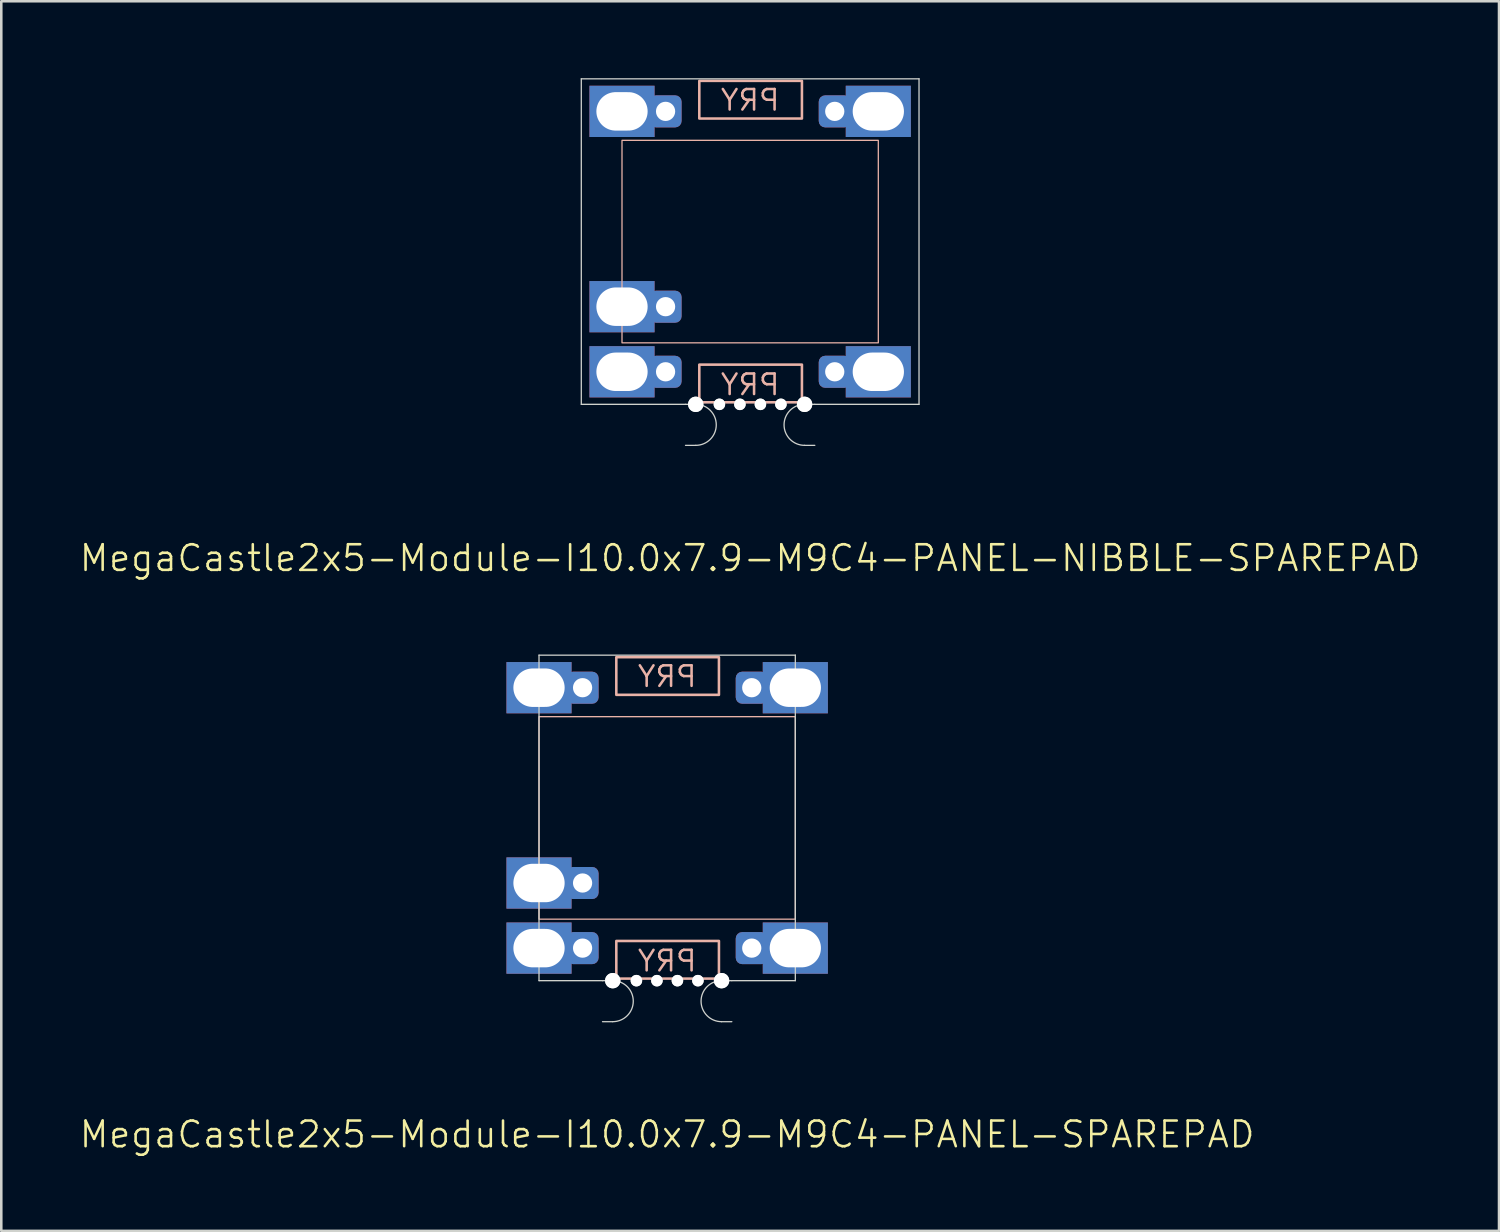
<source format=kicad_pcb>
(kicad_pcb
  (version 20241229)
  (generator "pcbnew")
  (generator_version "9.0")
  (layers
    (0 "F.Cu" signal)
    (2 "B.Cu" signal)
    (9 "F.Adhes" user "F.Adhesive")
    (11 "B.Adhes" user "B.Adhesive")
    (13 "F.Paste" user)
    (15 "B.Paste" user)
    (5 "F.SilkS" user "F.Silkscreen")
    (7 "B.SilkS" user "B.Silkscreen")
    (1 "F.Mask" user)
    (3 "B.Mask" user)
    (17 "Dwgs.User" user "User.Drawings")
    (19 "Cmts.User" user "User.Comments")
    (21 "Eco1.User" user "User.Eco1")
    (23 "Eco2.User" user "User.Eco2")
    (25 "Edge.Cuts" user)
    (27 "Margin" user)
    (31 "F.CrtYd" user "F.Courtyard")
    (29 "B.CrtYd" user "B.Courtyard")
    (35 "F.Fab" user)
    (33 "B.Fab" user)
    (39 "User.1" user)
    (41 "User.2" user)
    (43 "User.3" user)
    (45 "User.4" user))
  (footprint "MegaCastle2x5-Module-I10.0x7.9-M9C4-PANEL-NIBBLE-SPAREPAD"
    (layer "F.Cu")
    (at 26.217 6.375)
    (property "Reference" "MegaCastle2x5-Module-I10.0x7.9-M9C4-PANEL-NIBBLE-SPAREPAD" (at 0 12.35 0) (unlocked yes) (layer "F.SilkS") (effects (font (size 1 1) (thickness 0.1))))
    (attr smd)
    (fp_rect (start -5 3.95) (end 5 -3.95) (stroke (width 0.05) (type default)) (fill no) (layer "B.SilkS"))
    (fp_rect (start -1.984 -4.801) (end 2.02 -6.27) (stroke (width 0.1) (type default)) (fill no) (layer "B.SilkS"))
    (fp_rect (start -1.984 4.801) (end 2.02 6.27) (stroke (width 0.1) (type default)) (fill no) (layer "B.SilkS"))
    (fp_line (start -6.588 -6.35) (end -6.588 6.35) (stroke (width 0.05) (type default)) (layer "Edge.Cuts"))
    (fp_line (start -6.588 -6.35) (end 6.588 -6.35) (stroke (width 0.05) (type default)) (layer "Edge.Cuts"))
    (fp_line (start -6.588 6.35) (end -2.522 6.35) (stroke (width 0.05) (type default)) (layer "Edge.Cuts"))
    (fp_line (start -2.522 6.35) (end -2.123 6.35) (stroke (width 0.05) (type default)) (layer "Edge.Cuts"))
    (fp_line (start -2.522 7.95) (end -2.123 7.95) (stroke (width 0.05) (type default)) (layer "Edge.Cuts"))
    (fp_line (start 2.522 6.35) (end 2.123 6.35) (stroke (width 0.05) (type default)) (layer "Edge.Cuts"))
    (fp_line (start 2.522 6.35) (end 6.588 6.35) (stroke (width 0.05) (type default)) (layer "Edge.Cuts"))
    (fp_line (start 2.522 7.95) (end 2.123 7.95) (stroke (width 0.05) (type default)) (layer "Edge.Cuts"))
    (fp_line (start 6.588 -6.35) (end 6.588 6.35) (stroke (width 0.05) (type default)) (layer "Edge.Cuts"))
    (fp_arc (start -2.1225 6.35) (mid -1.3225 7.15) (end -2.1225 7.95) (stroke (width 0.05) (type default)) (layer "Edge.Cuts"))
    (fp_arc (start 2.1225 7.95) (mid 1.3225 7.15) (end 2.1225 6.35) (stroke (width 0.05) (type default)) (layer "Edge.Cuts"))
    (fp_text user "PRY" (at 0 -5.05 0) (unlocked yes) (layer "B.SilkS") (effects (font (size 0.8 0.8) (thickness 0.1)) (justify bottom mirror)))
    (fp_text user "PRY" (at 0 6.05 0) (unlocked yes) (layer "B.SilkS") (effects (font (size 0.8 0.8) (thickness 0.1)) (justify bottom mirror)))
    (pad "" np_thru_hole circle (at -2.123 6.35) (size 0.6 0.6) (drill 0.6) (layers "*.Cu" "Edge.Cuts"))
    (pad "" np_thru_hole circle (at -1.2 6.35) (size 0.45 0.45) (drill 0.45) (layers "*.Cu" "Edge.Cuts"))
    (pad "" np_thru_hole circle (at -0.4 6.35) (size 0.45 0.45) (drill 0.45) (layers "*.Cu" "Edge.Cuts"))
    (pad "" np_thru_hole circle (at 0.4 6.35) (size 0.45 0.45) (drill 0.45) (layers "*.Cu" "Edge.Cuts"))
    (pad "" np_thru_hole circle (at 1.2 6.35) (size 0.45 0.45) (drill 0.45) (layers "*.Cu" "Edge.Cuts"))
    (pad "" np_thru_hole circle (at 2.123 6.35) (size 0.6 0.6) (drill 0.6) (layers "*.Cu" "Edge.Cuts"))
    (pad "1" thru_hole rect (at -5 -5.08) (size 2.54 2) (drill oval 2 1.5) (property pad_prop_castellated) (layers "*.Cu" "*.Mask"))
    (pad "1" thru_hole roundrect (at -3.3 -5.08 180) (size 1.25 1.25) (drill 0.75) (layers "*.Cu" "*.Mask") (roundrect_rratio 0.2))
    (pad "4" thru_hole rect (at -5 2.54) (size 2.54 2) (drill oval 2 1.5) (property pad_prop_castellated) (layers "*.Cu" "*.Mask"))
    (pad "4" thru_hole roundrect (at -3.3 2.54 180) (size 1.25 1.25) (drill 0.75) (layers "*.Cu" "*.Mask") (roundrect_rratio 0.2))
    (pad "5" thru_hole rect (at -5 5.08) (size 2.54 2) (drill oval 2 1.5) (property pad_prop_castellated) (layers "*.Cu" "*.Mask"))
    (pad "5" thru_hole roundrect (at -3.3 5.08 180) (size 1.25 1.25) (drill 0.75) (layers "*.Cu" "*.Mask") (roundrect_rratio 0.2))
    (pad "6" thru_hole roundrect (at 3.3 -5.08 180) (size 1.25 1.25) (drill 0.75) (layers "*.Cu" "*.Mask") (roundrect_rratio 0.2))
    (pad "6" thru_hole rect (at 5 -5.08) (size 2.54 2) (drill oval 2 1.5) (property pad_prop_castellated) (layers "*.Cu" "*.Mask"))
    (pad "10" thru_hole roundrect (at 3.3 5.08 180) (size 1.25 1.25) (drill 0.75) (layers "*.Cu" "*.Mask") (roundrect_rratio 0.2))
    (pad "10" thru_hole rect (at 5 5.08) (size 2.54 2) (drill oval 2 1.5) (property pad_prop_castellated) (layers "*.Cu" "*.Mask"))
    (zone (net_name "") (layer "B.Cu") (hatch edge 0.5) (connect_pads) (min_thickness 0.25) (filled_areas_thickness no) (keepout (tracks allowed) (vias allowed) (pads allowed) (copperpour allowed) (footprints not_allowed)) (placement (enabled no)) (fill) (polygon (pts (xy 21.217 12.725) (xy 21.217 0.025))))
    (zone (net_name "") (layer "B.Cu") (hatch edge 0.5) (connect_pads) (min_thickness 0.25) (filled_areas_thickness no) (keepout (tracks allowed) (vias allowed) (pads allowed) (copperpour allowed) (footprints not_allowed)) (placement (enabled no)) (fill) (polygon (pts (xy 31.217 12.725) (xy 31.217 0.025))))
    (zone (net_name "") (layer "B.Cu") (hatch edge 0.5) (connect_pads) (min_thickness 0.25) (filled_areas_thickness no) (keepout (tracks allowed) (vias allowed) (pads allowed) (copperpour allowed) (footprints not_allowed)) (placement (enabled no)) (fill) (polygon (pts (xy 21.217 0.025) (xy 21.217 2.425) (xy 31.217 2.425) (xy 31.217 0.025))))
    (zone (net_name "") (layer "B.Cu") (hatch edge 0.5) (connect_pads) (min_thickness 0.25) (filled_areas_thickness no) (keepout (tracks allowed) (vias allowed) (pads allowed) (copperpour allowed) (footprints not_allowed)) (placement (enabled no)) (fill) (polygon (pts (xy 21.217 12.725) (xy 21.217 10.325) (xy 31.217 10.325) (xy 31.217 12.725))))
    (zone (net_name "") (layer "B.Cu") (name "Upper Pry Zone") (hatch edge 0.5) (connect_pads) (min_thickness 0.25) (filled_areas_thickness no) (keepout (tracks not_allowed) (vias not_allowed) (pads not_allowed) (copperpour allowed) (footprints not_allowed)) (placement (enabled no)) (fill) (polygon (pts (xy 24.232 1.574) (xy 24.232 0.105) (xy 28.236 0.105) (xy 28.236 1.574))))
    (zone (net_name "") (layer "B.Cu") (name "Upper Pry Zone") (hatch edge 0.5) (connect_pads) (min_thickness 0.25) (filled_areas_thickness no) (keepout (tracks not_allowed) (vias not_allowed) (pads not_allowed) (copperpour allowed) (footprints not_allowed)) (placement (enabled no)) (fill) (polygon (pts (xy 24.232 11.176) (xy 24.232 12.645) (xy 28.236 12.645) (xy 28.236 11.176)))))
  (footprint "MegaCastle2x5-Module-I10.0x7.9-M9C4-PANEL-SPAREPAD"
    (layer "F.Cu")
    (at 22.979 28.86)
    (property "Reference" "MegaCastle2x5-Module-I10.0x7.9-M9C4-PANEL-SPAREPAD" (at 0 12.35 0) (unlocked yes) (layer "F.SilkS") (effects (font (size 1 1) (thickness 0.1))))
    (attr smd)
    (fp_rect (start -5 3.95) (end 5 -3.95) (stroke (width 0.05) (type default)) (fill no) (layer "B.SilkS"))
    (fp_rect (start -1.984 -4.801) (end 2.02 -6.27) (stroke (width 0.1) (type default)) (fill no) (layer "B.SilkS"))
    (fp_rect (start -1.984 4.801) (end 2.02 6.27) (stroke (width 0.1) (type default)) (fill no) (layer "B.SilkS"))
    (fp_line (start -5 -6.35) (end -5 6.35) (stroke (width 0.05) (type default)) (layer "Edge.Cuts"))
    (fp_line (start -5 -6.35) (end 5 -6.35) (stroke (width 0.05) (type default)) (layer "Edge.Cuts"))
    (fp_line (start -5 6.35) (end -2.522 6.35) (stroke (width 0.05) (type default)) (layer "Edge.Cuts"))
    (fp_line (start -2.522 6.35) (end -2.123 6.35) (stroke (width 0.05) (type default)) (layer "Edge.Cuts"))
    (fp_line (start -2.522 7.95) (end -2.123 7.95) (stroke (width 0.05) (type default)) (layer "Edge.Cuts"))
    (fp_line (start 2.522 6.35) (end 2.123 6.35) (stroke (width 0.05) (type default)) (layer "Edge.Cuts"))
    (fp_line (start 2.522 6.35) (end 5 6.35) (stroke (width 0.05) (type default)) (layer "Edge.Cuts"))
    (fp_line (start 2.522 7.95) (end 2.123 7.95) (stroke (width 0.05) (type default)) (layer "Edge.Cuts"))
    (fp_line (start 5 -6.35) (end 5 6.35) (stroke (width 0.05) (type default)) (layer "Edge.Cuts"))
    (fp_arc (start -2.1225 6.35) (mid -1.3225 7.15) (end -2.1225 7.95) (stroke (width 0.05) (type default)) (layer "Edge.Cuts"))
    (fp_arc (start 2.1225 7.95) (mid 1.3225 7.15) (end 2.1225 6.35) (stroke (width 0.05) (type default)) (layer "Edge.Cuts"))
    (fp_text user "PRY" (at 0 -5.05 0) (unlocked yes) (layer "B.SilkS") (effects (font (size 0.8 0.8) (thickness 0.1)) (justify bottom mirror)))
    (fp_text user "PRY" (at 0 6.05 0) (unlocked yes) (layer "B.SilkS") (effects (font (size 0.8 0.8) (thickness 0.1)) (justify bottom mirror)))
    (pad "" np_thru_hole circle (at -2.123 6.35) (size 0.6 0.6) (drill 0.6) (layers "*.Cu" "Edge.Cuts"))
    (pad "" np_thru_hole circle (at -1.2 6.35) (size 0.45 0.45) (drill 0.45) (layers "*.Cu" "Edge.Cuts"))
    (pad "" np_thru_hole circle (at -0.4 6.35) (size 0.45 0.45) (drill 0.45) (layers "*.Cu" "Edge.Cuts"))
    (pad "" np_thru_hole circle (at 0.4 6.35) (size 0.45 0.45) (drill 0.45) (layers "*.Cu" "Edge.Cuts"))
    (pad "" np_thru_hole circle (at 1.2 6.35) (size 0.45 0.45) (drill 0.45) (layers "*.Cu" "Edge.Cuts"))
    (pad "" np_thru_hole circle (at 2.123 6.35) (size 0.6 0.6) (drill 0.6) (layers "*.Cu" "Edge.Cuts"))
    (pad "1" thru_hole rect (at -5 -5.08) (size 2.54 2) (drill oval 2 1.5) (property pad_prop_castellated) (layers "*.Cu" "*.Mask"))
    (pad "1" thru_hole roundrect (at -3.3 -5.08 180) (size 1.25 1.25) (drill 0.75) (layers "*.Cu" "*.Mask") (roundrect_rratio 0.2))
    (pad "4" thru_hole rect (at -5 2.54) (size 2.54 2) (drill oval 2 1.5) (property pad_prop_castellated) (layers "*.Cu" "*.Mask"))
    (pad "4" thru_hole roundrect (at -3.3 2.54 180) (size 1.25 1.25) (drill 0.75) (layers "*.Cu" "*.Mask") (roundrect_rratio 0.2))
    (pad "5" thru_hole rect (at -5 5.08) (size 2.54 2) (drill oval 2 1.5) (property pad_prop_castellated) (layers "*.Cu" "*.Mask"))
    (pad "5" thru_hole roundrect (at -3.3 5.08 180) (size 1.25 1.25) (drill 0.75) (layers "*.Cu" "*.Mask") (roundrect_rratio 0.2))
    (pad "6" thru_hole roundrect (at 3.3 -5.08 180) (size 1.25 1.25) (drill 0.75) (layers "*.Cu" "*.Mask") (roundrect_rratio 0.2))
    (pad "6" thru_hole rect (at 5 -5.08) (size 2.54 2) (drill oval 2 1.5) (property pad_prop_castellated) (layers "*.Cu" "*.Mask"))
    (pad "10" thru_hole roundrect (at 3.3 5.08 180) (size 1.25 1.25) (drill 0.75) (layers "*.Cu" "*.Mask") (roundrect_rratio 0.2))
    (pad "10" thru_hole rect (at 5 5.08) (size 2.54 2) (drill oval 2 1.5) (property pad_prop_castellated) (layers "*.Cu" "*.Mask"))
    (zone (net_name "") (layer "B.Cu") (hatch edge 0.5) (connect_pads) (min_thickness 0.25) (filled_areas_thickness no) (keepout (tracks allowed) (vias allowed) (pads allowed) (copperpour allowed) (footprints not_allowed)) (placement (enabled no)) (fill) (polygon (pts (xy 17.979 35.211) (xy 17.979 22.511))))
    (zone (net_name "") (layer "B.Cu") (hatch edge 0.5) (connect_pads) (min_thickness 0.25) (filled_areas_thickness no) (keepout (tracks allowed) (vias allowed) (pads allowed) (copperpour allowed) (footprints not_allowed)) (placement (enabled no)) (fill) (polygon (pts (xy 27.979 35.211) (xy 27.979 22.511))))
    (zone (net_name "") (layer "B.Cu") (hatch edge 0.5) (connect_pads) (min_thickness 0.25) (filled_areas_thickness no) (keepout (tracks allowed) (vias allowed) (pads allowed) (copperpour allowed) (footprints not_allowed)) (placement (enabled no)) (fill) (polygon (pts (xy 17.979 22.511) (xy 17.979 24.91) (xy 27.979 24.91) (xy 27.979 22.511))))
    (zone (net_name "") (layer "B.Cu") (hatch edge 0.5) (connect_pads) (min_thickness 0.25) (filled_areas_thickness no) (keepout (tracks allowed) (vias allowed) (pads allowed) (copperpour allowed) (footprints not_allowed)) (placement (enabled no)) (fill) (polygon (pts (xy 17.979 35.211) (xy 17.979 32.81) (xy 27.979 32.81) (xy 27.979 35.211))))
    (zone (net_name "") (layer "B.Cu") (name "Upper Pry Zone") (hatch edge 0.5) (connect_pads) (min_thickness 0.25) (filled_areas_thickness no) (keepout (tracks not_allowed) (vias not_allowed) (pads not_allowed) (copperpour allowed) (footprints not_allowed)) (placement (enabled no)) (fill) (polygon (pts (xy 20.994 24.059) (xy 20.994 22.59) (xy 24.998 22.59) (xy 24.998 24.059))))
    (zone (net_name "") (layer "B.Cu") (name "Upper Pry Zone") (hatch edge 0.5) (connect_pads) (min_thickness 0.25) (filled_areas_thickness no) (keepout (tracks not_allowed) (vias not_allowed) (pads not_allowed) (copperpour allowed) (footprints not_allowed)) (placement (enabled no)) (fill) (polygon (pts (xy 20.994 33.662) (xy 20.994 35.13) (xy 24.998 35.13) (xy 24.998 33.662)))))
  (gr_rect
    (start -3 -3)
    (end 55.433 44.971)
    (stroke (width 0.1) (type default))
    (fill no)
    (layer "Edge.Cuts")))
</source>
